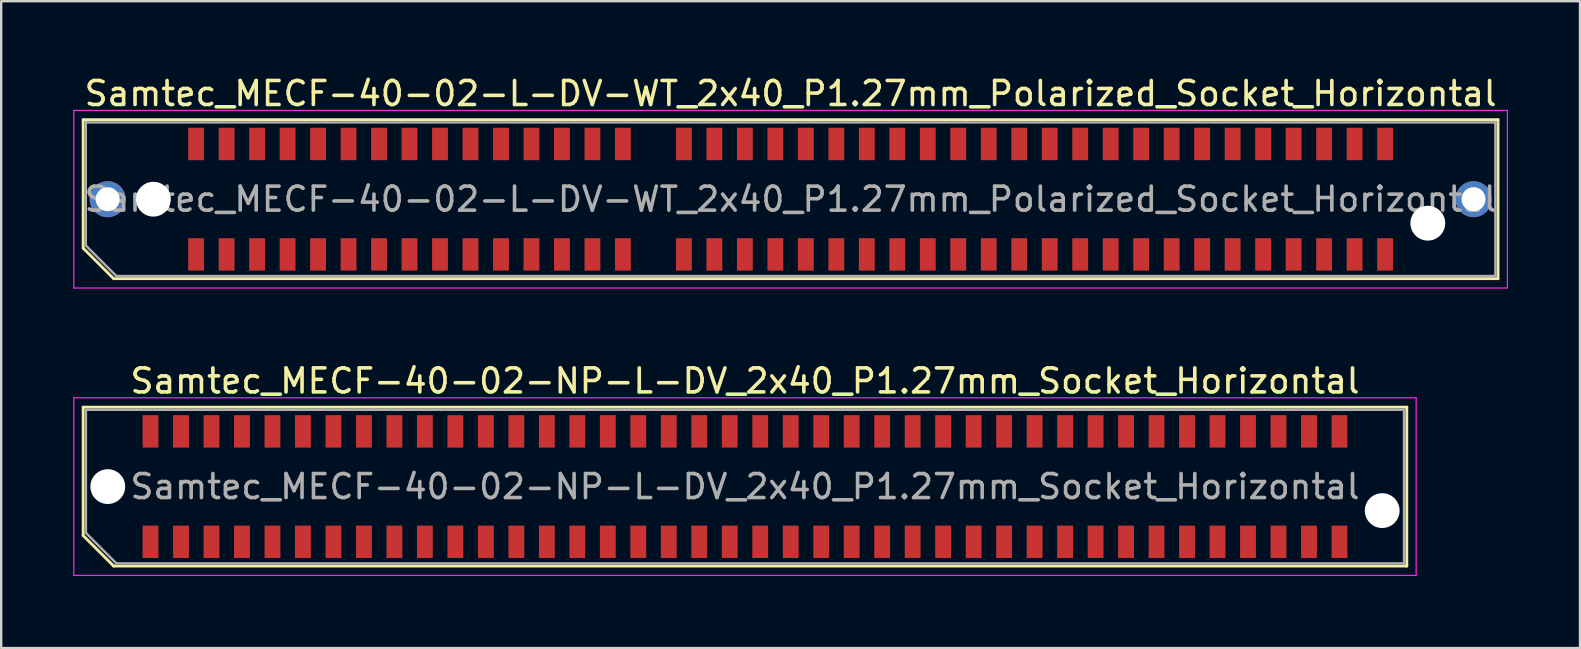
<source format=kicad_pcb>
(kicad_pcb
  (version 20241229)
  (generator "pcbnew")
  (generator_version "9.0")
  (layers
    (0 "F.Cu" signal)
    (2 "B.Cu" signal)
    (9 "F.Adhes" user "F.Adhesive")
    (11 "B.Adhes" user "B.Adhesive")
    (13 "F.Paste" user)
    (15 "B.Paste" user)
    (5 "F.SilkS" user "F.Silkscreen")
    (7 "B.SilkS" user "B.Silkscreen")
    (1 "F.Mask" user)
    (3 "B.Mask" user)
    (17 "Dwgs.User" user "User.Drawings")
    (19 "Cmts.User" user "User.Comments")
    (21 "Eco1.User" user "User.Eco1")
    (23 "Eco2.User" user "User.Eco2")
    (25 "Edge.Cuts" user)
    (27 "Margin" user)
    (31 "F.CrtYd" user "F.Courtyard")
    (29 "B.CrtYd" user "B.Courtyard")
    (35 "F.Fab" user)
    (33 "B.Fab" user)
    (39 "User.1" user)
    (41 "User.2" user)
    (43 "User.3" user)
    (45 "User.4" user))
  (footprint "Samtec_MECF-40-02-NP-L-DV_2x40_P1.27mm_Socket_Horizontal"
    (layer "F.Cu")
    (at 27.985 17.221)
    (property "Reference" "Samtec_MECF-40-02-NP-L-DV_2x40_P1.27mm_Socket_Horizontal" (at 0 -4.4 0) (layer "F.SilkS") (effects (font (size 1 1) (thickness 0.15))))
    (attr smd)
    (fp_line (start -27.57 -3.31) (end 27.57 -3.31) (stroke (width 0.12) (type solid)) (layer "F.SilkS"))
    (fp_line (start -27.57 2.04) (end -27.57 -3.31) (stroke (width 0.12) (type solid)) (layer "F.SilkS"))
    (fp_line (start -26.3 3.31) (end -27.57 2.04) (stroke (width 0.12) (type solid)) (layer "F.SilkS"))
    (fp_line (start -26.3 3.31) (end 27.57 3.31) (stroke (width 0.12) (type solid)) (layer "F.SilkS"))
    (fp_line (start 27.57 3.31) (end 27.57 -3.31) (stroke (width 0.12) (type solid)) (layer "F.SilkS"))
    (fp_line (start -27.96 -3.7) (end -27.96 3.7) (stroke (width 0.05) (type solid)) (layer "F.CrtYd"))
    (fp_line (start -27.96 3.7) (end 27.96 3.7) (stroke (width 0.05) (type solid)) (layer "F.CrtYd"))
    (fp_line (start 27.96 -3.7) (end -27.96 -3.7) (stroke (width 0.05) (type solid)) (layer "F.CrtYd"))
    (fp_line (start 27.96 3.7) (end 27.96 -3.7) (stroke (width 0.05) (type solid)) (layer "F.CrtYd"))
    (fp_line (start -27.455 -3.2) (end 27.455 -3.2) (stroke (width 0.1) (type solid)) (layer "F.Fab"))
    (fp_line (start -27.455 1.93) (end -27.455 -3.2) (stroke (width 0.1) (type solid)) (layer "F.Fab"))
    (fp_line (start -27.455 1.93) (end -26.185 3.2) (stroke (width 0.1) (type solid)) (layer "F.Fab"))
    (fp_line (start -26.185 3.2) (end 27.455 3.2) (stroke (width 0.1) (type solid)) (layer "F.Fab"))
    (fp_line (start 27.455 3.2) (end 27.455 -3.2) (stroke (width 0.1) (type solid)) (layer "F.Fab"))
    (fp_text user "${REFERENCE}" (at 0 0 0) (layer "F.Fab") (effects (font (size 1 1) (thickness 0.15))))
    (pad "" np_thru_hole circle (at -26.545 0) (size 1.45 1.45) (drill 1.45) (layers "*.Cu" "*.Mask"))
    (pad "" np_thru_hole circle (at 26.545 1) (size 1.45 1.45) (drill 1.45) (layers "*.Cu" "*.Mask"))
    (pad "1" smd rect (at -24.765 2.3) (size 0.66 1.35) (layers "F.Cu" "F.Mask" "F.Paste"))
    (pad "2" smd rect (at -24.765 -2.3) (size 0.66 1.35) (layers "F.Cu" "F.Mask" "F.Paste"))
    (pad "3" smd rect (at -23.495 2.3) (size 0.66 1.35) (layers "F.Cu" "F.Mask" "F.Paste"))
    (pad "4" smd rect (at -23.495 -2.3) (size 0.66 1.35) (layers "F.Cu" "F.Mask" "F.Paste"))
    (pad "5" smd rect (at -22.225 2.3) (size 0.66 1.35) (layers "F.Cu" "F.Mask" "F.Paste"))
    (pad "6" smd rect (at -22.225 -2.3) (size 0.66 1.35) (layers "F.Cu" "F.Mask" "F.Paste"))
    (pad "7" smd rect (at -20.955 2.3) (size 0.66 1.35) (layers "F.Cu" "F.Mask" "F.Paste"))
    (pad "8" smd rect (at -20.955 -2.3) (size 0.66 1.35) (layers "F.Cu" "F.Mask" "F.Paste"))
    (pad "9" smd rect (at -19.685 2.3) (size 0.66 1.35) (layers "F.Cu" "F.Mask" "F.Paste"))
    (pad "10" smd rect (at -19.685 -2.3) (size 0.66 1.35) (layers "F.Cu" "F.Mask" "F.Paste"))
    (pad "11" smd rect (at -18.415 2.3) (size 0.66 1.35) (layers "F.Cu" "F.Mask" "F.Paste"))
    (pad "12" smd rect (at -18.415 -2.3) (size 0.66 1.35) (layers "F.Cu" "F.Mask" "F.Paste"))
    (pad "13" smd rect (at -17.145 2.3) (size 0.66 1.35) (layers "F.Cu" "F.Mask" "F.Paste"))
    (pad "14" smd rect (at -17.145 -2.3) (size 0.66 1.35) (layers "F.Cu" "F.Mask" "F.Paste"))
    (pad "15" smd rect (at -15.875 2.3) (size 0.66 1.35) (layers "F.Cu" "F.Mask" "F.Paste"))
    (pad "16" smd rect (at -15.875 -2.3) (size 0.66 1.35) (layers "F.Cu" "F.Mask" "F.Paste"))
    (pad "17" smd rect (at -14.605 2.3) (size 0.66 1.35) (layers "F.Cu" "F.Mask" "F.Paste"))
    (pad "18" smd rect (at -14.605 -2.3) (size 0.66 1.35) (layers "F.Cu" "F.Mask" "F.Paste"))
    (pad "19" smd rect (at -13.335 2.3) (size 0.66 1.35) (layers "F.Cu" "F.Mask" "F.Paste"))
    (pad "20" smd rect (at -13.335 -2.3) (size 0.66 1.35) (layers "F.Cu" "F.Mask" "F.Paste"))
    (pad "21" smd rect (at -12.065 2.3) (size 0.66 1.35) (layers "F.Cu" "F.Mask" "F.Paste"))
    (pad "22" smd rect (at -12.065 -2.3) (size 0.66 1.35) (layers "F.Cu" "F.Mask" "F.Paste"))
    (pad "23" smd rect (at -10.795 2.3) (size 0.66 1.35) (layers "F.Cu" "F.Mask" "F.Paste"))
    (pad "24" smd rect (at -10.795 -2.3) (size 0.66 1.35) (layers "F.Cu" "F.Mask" "F.Paste"))
    (pad "25" smd rect (at -9.525 2.3) (size 0.66 1.35) (layers "F.Cu" "F.Mask" "F.Paste"))
    (pad "26" smd rect (at -9.525 -2.3) (size 0.66 1.35) (layers "F.Cu" "F.Mask" "F.Paste"))
    (pad "27" smd rect (at -8.255 2.3) (size 0.66 1.35) (layers "F.Cu" "F.Mask" "F.Paste"))
    (pad "28" smd rect (at -8.255 -2.3) (size 0.66 1.35) (layers "F.Cu" "F.Mask" "F.Paste"))
    (pad "29" smd rect (at -6.985 2.3) (size 0.66 1.35) (layers "F.Cu" "F.Mask" "F.Paste"))
    (pad "30" smd rect (at -6.985 -2.3) (size 0.66 1.35) (layers "F.Cu" "F.Mask" "F.Paste"))
    (pad "31" smd rect (at -5.715 2.3) (size 0.66 1.35) (layers "F.Cu" "F.Mask" "F.Paste"))
    (pad "32" smd rect (at -5.715 -2.3) (size 0.66 1.35) (layers "F.Cu" "F.Mask" "F.Paste"))
    (pad "33" smd rect (at -4.445 2.3) (size 0.66 1.35) (layers "F.Cu" "F.Mask" "F.Paste"))
    (pad "34" smd rect (at -4.445 -2.3) (size 0.66 1.35) (layers "F.Cu" "F.Mask" "F.Paste"))
    (pad "35" smd rect (at -3.175 2.3) (size 0.66 1.35) (layers "F.Cu" "F.Mask" "F.Paste"))
    (pad "36" smd rect (at -3.175 -2.3) (size 0.66 1.35) (layers "F.Cu" "F.Mask" "F.Paste"))
    (pad "37" smd rect (at -1.905 2.3) (size 0.66 1.35) (layers "F.Cu" "F.Mask" "F.Paste"))
    (pad "38" smd rect (at -1.905 -2.3) (size 0.66 1.35) (layers "F.Cu" "F.Mask" "F.Paste"))
    (pad "39" smd rect (at -0.635 2.3) (size 0.66 1.35) (layers "F.Cu" "F.Mask" "F.Paste"))
    (pad "40" smd rect (at -0.635 -2.3) (size 0.66 1.35) (layers "F.Cu" "F.Mask" "F.Paste"))
    (pad "41" smd rect (at 0.635 2.3) (size 0.66 1.35) (layers "F.Cu" "F.Mask" "F.Paste"))
    (pad "42" smd rect (at 0.635 -2.3) (size 0.66 1.35) (layers "F.Cu" "F.Mask" "F.Paste"))
    (pad "43" smd rect (at 1.905 2.3) (size 0.66 1.35) (layers "F.Cu" "F.Mask" "F.Paste"))
    (pad "44" smd rect (at 1.905 -2.3) (size 0.66 1.35) (layers "F.Cu" "F.Mask" "F.Paste"))
    (pad "45" smd rect (at 3.175 2.3) (size 0.66 1.35) (layers "F.Cu" "F.Mask" "F.Paste"))
    (pad "46" smd rect (at 3.175 -2.3) (size 0.66 1.35) (layers "F.Cu" "F.Mask" "F.Paste"))
    (pad "47" smd rect (at 4.445 2.3) (size 0.66 1.35) (layers "F.Cu" "F.Mask" "F.Paste"))
    (pad "48" smd rect (at 4.445 -2.3) (size 0.66 1.35) (layers "F.Cu" "F.Mask" "F.Paste"))
    (pad "49" smd rect (at 5.715 2.3) (size 0.66 1.35) (layers "F.Cu" "F.Mask" "F.Paste"))
    (pad "50" smd rect (at 5.715 -2.3) (size 0.66 1.35) (layers "F.Cu" "F.Mask" "F.Paste"))
    (pad "51" smd rect (at 6.985 2.3) (size 0.66 1.35) (layers "F.Cu" "F.Mask" "F.Paste"))
    (pad "52" smd rect (at 6.985 -2.3) (size 0.66 1.35) (layers "F.Cu" "F.Mask" "F.Paste"))
    (pad "53" smd rect (at 8.255 2.3) (size 0.66 1.35) (layers "F.Cu" "F.Mask" "F.Paste"))
    (pad "54" smd rect (at 8.255 -2.3) (size 0.66 1.35) (layers "F.Cu" "F.Mask" "F.Paste"))
    (pad "55" smd rect (at 9.525 2.3) (size 0.66 1.35) (layers "F.Cu" "F.Mask" "F.Paste"))
    (pad "56" smd rect (at 9.525 -2.3) (size 0.66 1.35) (layers "F.Cu" "F.Mask" "F.Paste"))
    (pad "57" smd rect (at 10.795 2.3) (size 0.66 1.35) (layers "F.Cu" "F.Mask" "F.Paste"))
    (pad "58" smd rect (at 10.795 -2.3) (size 0.66 1.35) (layers "F.Cu" "F.Mask" "F.Paste"))
    (pad "59" smd rect (at 12.065 2.3) (size 0.66 1.35) (layers "F.Cu" "F.Mask" "F.Paste"))
    (pad "60" smd rect (at 12.065 -2.3) (size 0.66 1.35) (layers "F.Cu" "F.Mask" "F.Paste"))
    (pad "61" smd rect (at 13.335 2.3) (size 0.66 1.35) (layers "F.Cu" "F.Mask" "F.Paste"))
    (pad "62" smd rect (at 13.335 -2.3) (size 0.66 1.35) (layers "F.Cu" "F.Mask" "F.Paste"))
    (pad "63" smd rect (at 14.605 2.3) (size 0.66 1.35) (layers "F.Cu" "F.Mask" "F.Paste"))
    (pad "64" smd rect (at 14.605 -2.3) (size 0.66 1.35) (layers "F.Cu" "F.Mask" "F.Paste"))
    (pad "65" smd rect (at 15.875 2.3) (size 0.66 1.35) (layers "F.Cu" "F.Mask" "F.Paste"))
    (pad "66" smd rect (at 15.875 -2.3) (size 0.66 1.35) (layers "F.Cu" "F.Mask" "F.Paste"))
    (pad "67" smd rect (at 17.145 2.3) (size 0.66 1.35) (layers "F.Cu" "F.Mask" "F.Paste"))
    (pad "68" smd rect (at 17.145 -2.3) (size 0.66 1.35) (layers "F.Cu" "F.Mask" "F.Paste"))
    (pad "69" smd rect (at 18.415 2.3) (size 0.66 1.35) (layers "F.Cu" "F.Mask" "F.Paste"))
    (pad "70" smd rect (at 18.415 -2.3) (size 0.66 1.35) (layers "F.Cu" "F.Mask" "F.Paste"))
    (pad "71" smd rect (at 19.685 2.3) (size 0.66 1.35) (layers "F.Cu" "F.Mask" "F.Paste"))
    (pad "72" smd rect (at 19.685 -2.3) (size 0.66 1.35) (layers "F.Cu" "F.Mask" "F.Paste"))
    (pad "73" smd rect (at 20.955 2.3) (size 0.66 1.35) (layers "F.Cu" "F.Mask" "F.Paste"))
    (pad "74" smd rect (at 20.955 -2.3) (size 0.66 1.35) (layers "F.Cu" "F.Mask" "F.Paste"))
    (pad "75" smd rect (at 22.225 2.3) (size 0.66 1.35) (layers "F.Cu" "F.Mask" "F.Paste"))
    (pad "76" smd rect (at 22.225 -2.3) (size 0.66 1.35) (layers "F.Cu" "F.Mask" "F.Paste"))
    (pad "77" smd rect (at 23.495 2.3) (size 0.66 1.35) (layers "F.Cu" "F.Mask" "F.Paste"))
    (pad "78" smd rect (at 23.495 -2.3) (size 0.66 1.35) (layers "F.Cu" "F.Mask" "F.Paste"))
    (pad "79" smd rect (at 24.765 2.3) (size 0.66 1.35) (layers "F.Cu" "F.Mask" "F.Paste"))
    (pad "80" smd rect (at 24.765 -2.3) (size 0.66 1.35) (layers "F.Cu" "F.Mask" "F.Paste")))
  (footprint "Samtec_MECF-40-02-L-DV-WT_2x40_P1.27mm_Polarized_Socket_Horizontal"
    (layer "F.Cu")
    (at 29.885 5.248)
    (property "Reference" "Samtec_MECF-40-02-L-DV-WT_2x40_P1.27mm_Polarized_Socket_Horizontal" (at 0 -4.4 0) (layer "F.SilkS") (effects (font (size 1 1) (thickness 0.15))))
    (attr smd)
    (fp_line (start -29.47 -3.31) (end 29.47 -3.31) (stroke (width 0.12) (type solid)) (layer "F.SilkS"))
    (fp_line (start -29.47 2.04) (end -29.47 -3.31) (stroke (width 0.12) (type solid)) (layer "F.SilkS"))
    (fp_line (start -28.2 3.31) (end -29.47 2.04) (stroke (width 0.12) (type solid)) (layer "F.SilkS"))
    (fp_line (start -28.2 3.31) (end 29.47 3.31) (stroke (width 0.12) (type solid)) (layer "F.SilkS"))
    (fp_line (start 29.47 3.31) (end 29.47 -3.31) (stroke (width 0.12) (type solid)) (layer "F.SilkS"))
    (fp_line (start -29.86 -3.7) (end -29.86 3.7) (stroke (width 0.05) (type solid)) (layer "F.CrtYd"))
    (fp_line (start -29.86 3.7) (end 29.86 3.7) (stroke (width 0.05) (type solid)) (layer "F.CrtYd"))
    (fp_line (start 29.86 -3.7) (end -29.86 -3.7) (stroke (width 0.05) (type solid)) (layer "F.CrtYd"))
    (fp_line (start 29.86 3.7) (end 29.86 -3.7) (stroke (width 0.05) (type solid)) (layer "F.CrtYd"))
    (fp_line (start -29.36 -3.2) (end 29.36 -3.2) (stroke (width 0.1) (type solid)) (layer "F.Fab"))
    (fp_line (start -29.36 1.93) (end -29.36 -3.2) (stroke (width 0.1) (type solid)) (layer "F.Fab"))
    (fp_line (start -29.36 1.93) (end -28.09 3.2) (stroke (width 0.1) (type solid)) (layer "F.Fab"))
    (fp_line (start -28.09 3.2) (end 29.36 3.2) (stroke (width 0.1) (type solid)) (layer "F.Fab"))
    (fp_line (start 29.36 3.2) (end 29.36 -3.2) (stroke (width 0.1) (type solid)) (layer "F.Fab"))
    (fp_text user "${REFERENCE}" (at 0 0 0) (layer "F.Fab") (effects (font (size 1 1) (thickness 0.15))))
    (pad "" thru_hole circle (at -28.45 0) (size 1.5 1.5) (drill 1) (layers "*.Cu" "*.Mask"))
    (pad "" np_thru_hole circle (at -26.545 0) (size 1.45 1.45) (drill 1.45) (layers "*.Cu" "*.Mask"))
    (pad "" np_thru_hole circle (at 26.545 1) (size 1.45 1.45) (drill 1.45) (layers "*.Cu" "*.Mask"))
    (pad "" thru_hole circle (at 28.45 0) (size 1.5 1.5) (drill 1) (layers "*.Cu" "*.Mask"))
    (pad "1" smd rect (at -24.765 2.3) (size 0.66 1.35) (layers "F.Cu" "F.Mask" "F.Paste"))
    (pad "2" smd rect (at -24.765 -2.3) (size 0.66 1.35) (layers "F.Cu" "F.Mask" "F.Paste"))
    (pad "3" smd rect (at -23.495 2.3) (size 0.66 1.35) (layers "F.Cu" "F.Mask" "F.Paste"))
    (pad "4" smd rect (at -23.495 -2.3) (size 0.66 1.35) (layers "F.Cu" "F.Mask" "F.Paste"))
    (pad "5" smd rect (at -22.225 2.3) (size 0.66 1.35) (layers "F.Cu" "F.Mask" "F.Paste"))
    (pad "6" smd rect (at -22.225 -2.3) (size 0.66 1.35) (layers "F.Cu" "F.Mask" "F.Paste"))
    (pad "7" smd rect (at -20.955 2.3) (size 0.66 1.35) (layers "F.Cu" "F.Mask" "F.Paste"))
    (pad "8" smd rect (at -20.955 -2.3) (size 0.66 1.35) (layers "F.Cu" "F.Mask" "F.Paste"))
    (pad "9" smd rect (at -19.685 2.3) (size 0.66 1.35) (layers "F.Cu" "F.Mask" "F.Paste"))
    (pad "10" smd rect (at -19.685 -2.3) (size 0.66 1.35) (layers "F.Cu" "F.Mask" "F.Paste"))
    (pad "11" smd rect (at -18.415 2.3) (size 0.66 1.35) (layers "F.Cu" "F.Mask" "F.Paste"))
    (pad "12" smd rect (at -18.415 -2.3) (size 0.66 1.35) (layers "F.Cu" "F.Mask" "F.Paste"))
    (pad "13" smd rect (at -17.145 2.3) (size 0.66 1.35) (layers "F.Cu" "F.Mask" "F.Paste"))
    (pad "14" smd rect (at -17.145 -2.3) (size 0.66 1.35) (layers "F.Cu" "F.Mask" "F.Paste"))
    (pad "15" smd rect (at -15.875 2.3) (size 0.66 1.35) (layers "F.Cu" "F.Mask" "F.Paste"))
    (pad "16" smd rect (at -15.875 -2.3) (size 0.66 1.35) (layers "F.Cu" "F.Mask" "F.Paste"))
    (pad "17" smd rect (at -14.605 2.3) (size 0.66 1.35) (layers "F.Cu" "F.Mask" "F.Paste"))
    (pad "18" smd rect (at -14.605 -2.3) (size 0.66 1.35) (layers "F.Cu" "F.Mask" "F.Paste"))
    (pad "19" smd rect (at -13.335 2.3) (size 0.66 1.35) (layers "F.Cu" "F.Mask" "F.Paste"))
    (pad "20" smd rect (at -13.335 -2.3) (size 0.66 1.35) (layers "F.Cu" "F.Mask" "F.Paste"))
    (pad "21" smd rect (at -12.065 2.3) (size 0.66 1.35) (layers "F.Cu" "F.Mask" "F.Paste"))
    (pad "22" smd rect (at -12.065 -2.3) (size 0.66 1.35) (layers "F.Cu" "F.Mask" "F.Paste"))
    (pad "23" smd rect (at -10.795 2.3) (size 0.66 1.35) (layers "F.Cu" "F.Mask" "F.Paste"))
    (pad "24" smd rect (at -10.795 -2.3) (size 0.66 1.35) (layers "F.Cu" "F.Mask" "F.Paste"))
    (pad "25" smd rect (at -9.525 2.3) (size 0.66 1.35) (layers "F.Cu" "F.Mask" "F.Paste"))
    (pad "26" smd rect (at -9.525 -2.3) (size 0.66 1.35) (layers "F.Cu" "F.Mask" "F.Paste"))
    (pad "27" smd rect (at -8.255 2.3) (size 0.66 1.35) (layers "F.Cu" "F.Mask" "F.Paste"))
    (pad "28" smd rect (at -8.255 -2.3) (size 0.66 1.35) (layers "F.Cu" "F.Mask" "F.Paste"))
    (pad "29" smd rect (at -6.985 2.3) (size 0.66 1.35) (layers "F.Cu" "F.Mask" "F.Paste"))
    (pad "30" smd rect (at -6.985 -2.3) (size 0.66 1.35) (layers "F.Cu" "F.Mask" "F.Paste"))
    (pad "33" smd rect (at -4.445 2.3) (size 0.66 1.35) (layers "F.Cu" "F.Mask" "F.Paste"))
    (pad "34" smd rect (at -4.445 -2.3) (size 0.66 1.35) (layers "F.Cu" "F.Mask" "F.Paste"))
    (pad "35" smd rect (at -3.175 2.3) (size 0.66 1.35) (layers "F.Cu" "F.Mask" "F.Paste"))
    (pad "36" smd rect (at -3.175 -2.3) (size 0.66 1.35) (layers "F.Cu" "F.Mask" "F.Paste"))
    (pad "37" smd rect (at -1.905 2.3) (size 0.66 1.35) (layers "F.Cu" "F.Mask" "F.Paste"))
    (pad "38" smd rect (at -1.905 -2.3) (size 0.66 1.35) (layers "F.Cu" "F.Mask" "F.Paste"))
    (pad "39" smd rect (at -0.635 2.3) (size 0.66 1.35) (layers "F.Cu" "F.Mask" "F.Paste"))
    (pad "40" smd rect (at -0.635 -2.3) (size 0.66 1.35) (layers "F.Cu" "F.Mask" "F.Paste"))
    (pad "41" smd rect (at 0.635 2.3) (size 0.66 1.35) (layers "F.Cu" "F.Mask" "F.Paste"))
    (pad "42" smd rect (at 0.635 -2.3) (size 0.66 1.35) (layers "F.Cu" "F.Mask" "F.Paste"))
    (pad "43" smd rect (at 1.905 2.3) (size 0.66 1.35) (layers "F.Cu" "F.Mask" "F.Paste"))
    (pad "44" smd rect (at 1.905 -2.3) (size 0.66 1.35) (layers "F.Cu" "F.Mask" "F.Paste"))
    (pad "45" smd rect (at 3.175 2.3) (size 0.66 1.35) (layers "F.Cu" "F.Mask" "F.Paste"))
    (pad "46" smd rect (at 3.175 -2.3) (size 0.66 1.35) (layers "F.Cu" "F.Mask" "F.Paste"))
    (pad "47" smd rect (at 4.445 2.3) (size 0.66 1.35) (layers "F.Cu" "F.Mask" "F.Paste"))
    (pad "48" smd rect (at 4.445 -2.3) (size 0.66 1.35) (layers "F.Cu" "F.Mask" "F.Paste"))
    (pad "49" smd rect (at 5.715 2.3) (size 0.66 1.35) (layers "F.Cu" "F.Mask" "F.Paste"))
    (pad "50" smd rect (at 5.715 -2.3) (size 0.66 1.35) (layers "F.Cu" "F.Mask" "F.Paste"))
    (pad "51" smd rect (at 6.985 2.3) (size 0.66 1.35) (layers "F.Cu" "F.Mask" "F.Paste"))
    (pad "52" smd rect (at 6.985 -2.3) (size 0.66 1.35) (layers "F.Cu" "F.Mask" "F.Paste"))
    (pad "53" smd rect (at 8.255 2.3) (size 0.66 1.35) (layers "F.Cu" "F.Mask" "F.Paste"))
    (pad "54" smd rect (at 8.255 -2.3) (size 0.66 1.35) (layers "F.Cu" "F.Mask" "F.Paste"))
    (pad "55" smd rect (at 9.525 2.3) (size 0.66 1.35) (layers "F.Cu" "F.Mask" "F.Paste"))
    (pad "56" smd rect (at 9.525 -2.3) (size 0.66 1.35) (layers "F.Cu" "F.Mask" "F.Paste"))
    (pad "57" smd rect (at 10.795 2.3) (size 0.66 1.35) (layers "F.Cu" "F.Mask" "F.Paste"))
    (pad "58" smd rect (at 10.795 -2.3) (size 0.66 1.35) (layers "F.Cu" "F.Mask" "F.Paste"))
    (pad "59" smd rect (at 12.065 2.3) (size 0.66 1.35) (layers "F.Cu" "F.Mask" "F.Paste"))
    (pad "60" smd rect (at 12.065 -2.3) (size 0.66 1.35) (layers "F.Cu" "F.Mask" "F.Paste"))
    (pad "61" smd rect (at 13.335 2.3) (size 0.66 1.35) (layers "F.Cu" "F.Mask" "F.Paste"))
    (pad "62" smd rect (at 13.335 -2.3) (size 0.66 1.35) (layers "F.Cu" "F.Mask" "F.Paste"))
    (pad "63" smd rect (at 14.605 2.3) (size 0.66 1.35) (layers "F.Cu" "F.Mask" "F.Paste"))
    (pad "64" smd rect (at 14.605 -2.3) (size 0.66 1.35) (layers "F.Cu" "F.Mask" "F.Paste"))
    (pad "65" smd rect (at 15.875 2.3) (size 0.66 1.35) (layers "F.Cu" "F.Mask" "F.Paste"))
    (pad "66" smd rect (at 15.875 -2.3) (size 0.66 1.35) (layers "F.Cu" "F.Mask" "F.Paste"))
    (pad "67" smd rect (at 17.145 2.3) (size 0.66 1.35) (layers "F.Cu" "F.Mask" "F.Paste"))
    (pad "68" smd rect (at 17.145 -2.3) (size 0.66 1.35) (layers "F.Cu" "F.Mask" "F.Paste"))
    (pad "69" smd rect (at 18.415 2.3) (size 0.66 1.35) (layers "F.Cu" "F.Mask" "F.Paste"))
    (pad "70" smd rect (at 18.415 -2.3) (size 0.66 1.35) (layers "F.Cu" "F.Mask" "F.Paste"))
    (pad "71" smd rect (at 19.685 2.3) (size 0.66 1.35) (layers "F.Cu" "F.Mask" "F.Paste"))
    (pad "72" smd rect (at 19.685 -2.3) (size 0.66 1.35) (layers "F.Cu" "F.Mask" "F.Paste"))
    (pad "73" smd rect (at 20.955 2.3) (size 0.66 1.35) (layers "F.Cu" "F.Mask" "F.Paste"))
    (pad "74" smd rect (at 20.955 -2.3) (size 0.66 1.35) (layers "F.Cu" "F.Mask" "F.Paste"))
    (pad "75" smd rect (at 22.225 2.3) (size 0.66 1.35) (layers "F.Cu" "F.Mask" "F.Paste"))
    (pad "76" smd rect (at 22.225 -2.3) (size 0.66 1.35) (layers "F.Cu" "F.Mask" "F.Paste"))
    (pad "77" smd rect (at 23.495 2.3) (size 0.66 1.35) (layers "F.Cu" "F.Mask" "F.Paste"))
    (pad "78" smd rect (at 23.495 -2.3) (size 0.66 1.35) (layers "F.Cu" "F.Mask" "F.Paste"))
    (pad "79" smd rect (at 24.765 2.3) (size 0.66 1.35) (layers "F.Cu" "F.Mask" "F.Paste"))
    (pad "80" smd rect (at 24.765 -2.3) (size 0.66 1.35) (layers "F.Cu" "F.Mask" "F.Paste")))
  (gr_rect
    (start -3 -3)
    (end 62.77 23.947)
    (stroke (width 0.1) (type default))
    (fill no)
    (layer "Edge.Cuts")))
</source>
